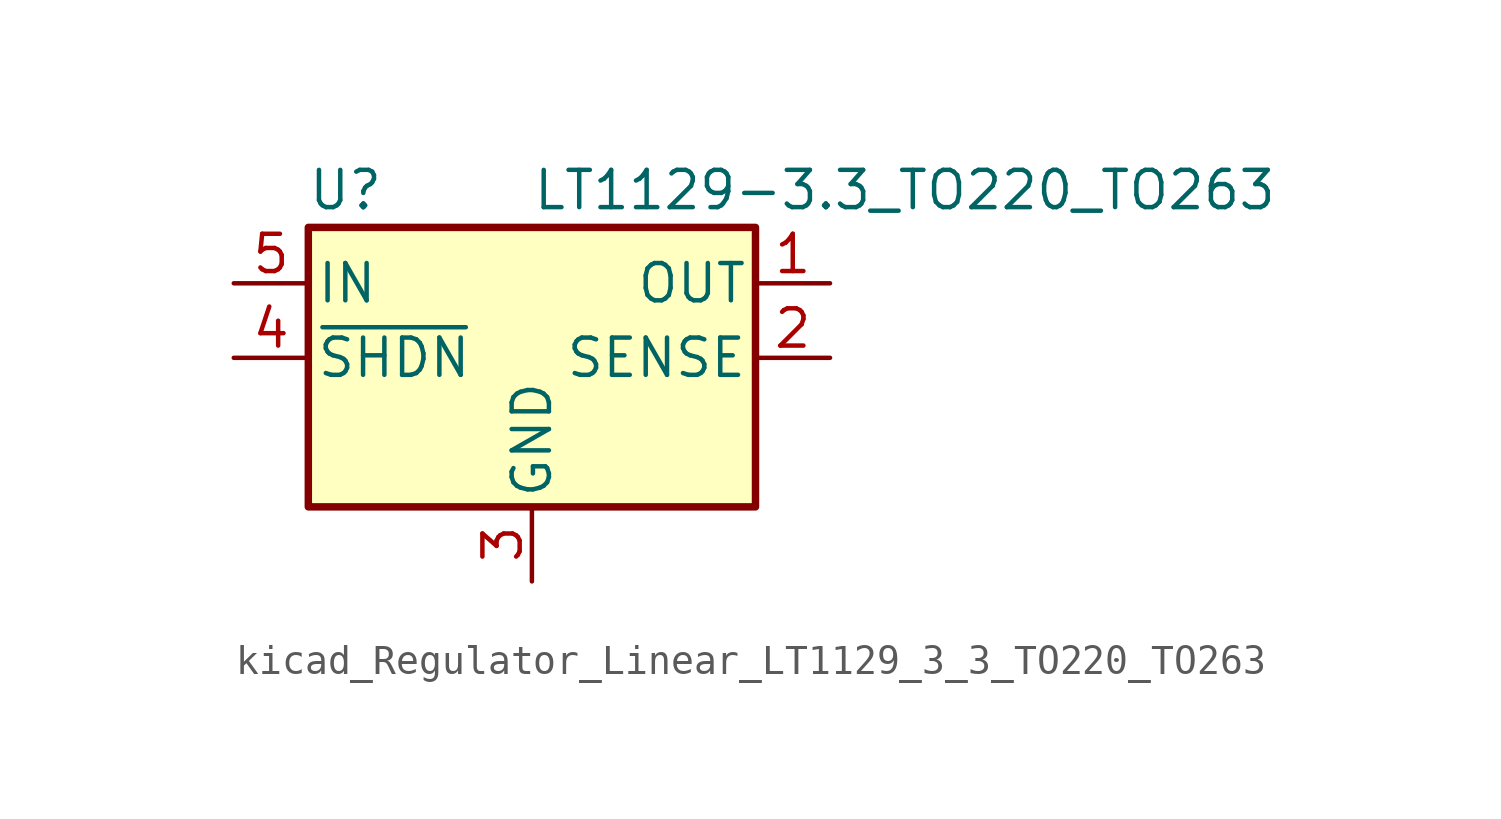
<source format=kicad_sym>
(kicad_symbol_lib
  (version 20220914)
  (generator kicad_symbol_editor)
  (symbol "kicad_Regulator_Linear_LT1129_3_3_TO220_TO263"
    (pin_names
      (offset 0.254))
    (property "Reference" "U"
      (at -6.35 5.715 0)
      (effects (font (size 1.27 1.27))))
    (property "Value" "LT1129-3.3_TO220_TO263"
      (at 0 5.715 0)
      (effects (font (size 1.27 1.27)) (justify left)))
    (symbol "kicad_Regulator_Linear_LT1129_3_3_TO220_TO263_0_1"
      (rectangle (start -7.62 -5.08) (end 7.62 4.445) (stroke (width 0.254) (type default)) (fill (type background))))
    (symbol "kicad_Regulator_Linear_LT1129_3_3_TO220_TO263_1_1"
      (pin power_out line (at 10.16 2.54 180) (length 2.54) (name "OUT" (effects (font (size 1.27 1.27)))) (number "1" (effects (font (size 1.27 1.27)))))
      (pin input line (at 10.16 0 180) (length 2.54) (name "SENSE" (effects (font (size 1.27 1.27)))) (number "2" (effects (font (size 1.27 1.27)))))
      (pin power_in line (at 0 -7.62 90) (length 2.54) (name "GND" (effects (font (size 1.27 1.27)))) (number "3" (effects (font (size 1.27 1.27)))))
      (pin input line (at -10.16 0 0) (length 2.54) (name "~{SHDN}" (effects (font (size 1.27 1.27)))) (number "4" (effects (font (size 1.27 1.27)))))
      (pin power_in line (at -10.16 2.54 0) (length 2.54) (name "IN" (effects (font (size 1.27 1.27)))) (number "5" (effects (font (size 1.27 1.27))))))))
</source>
